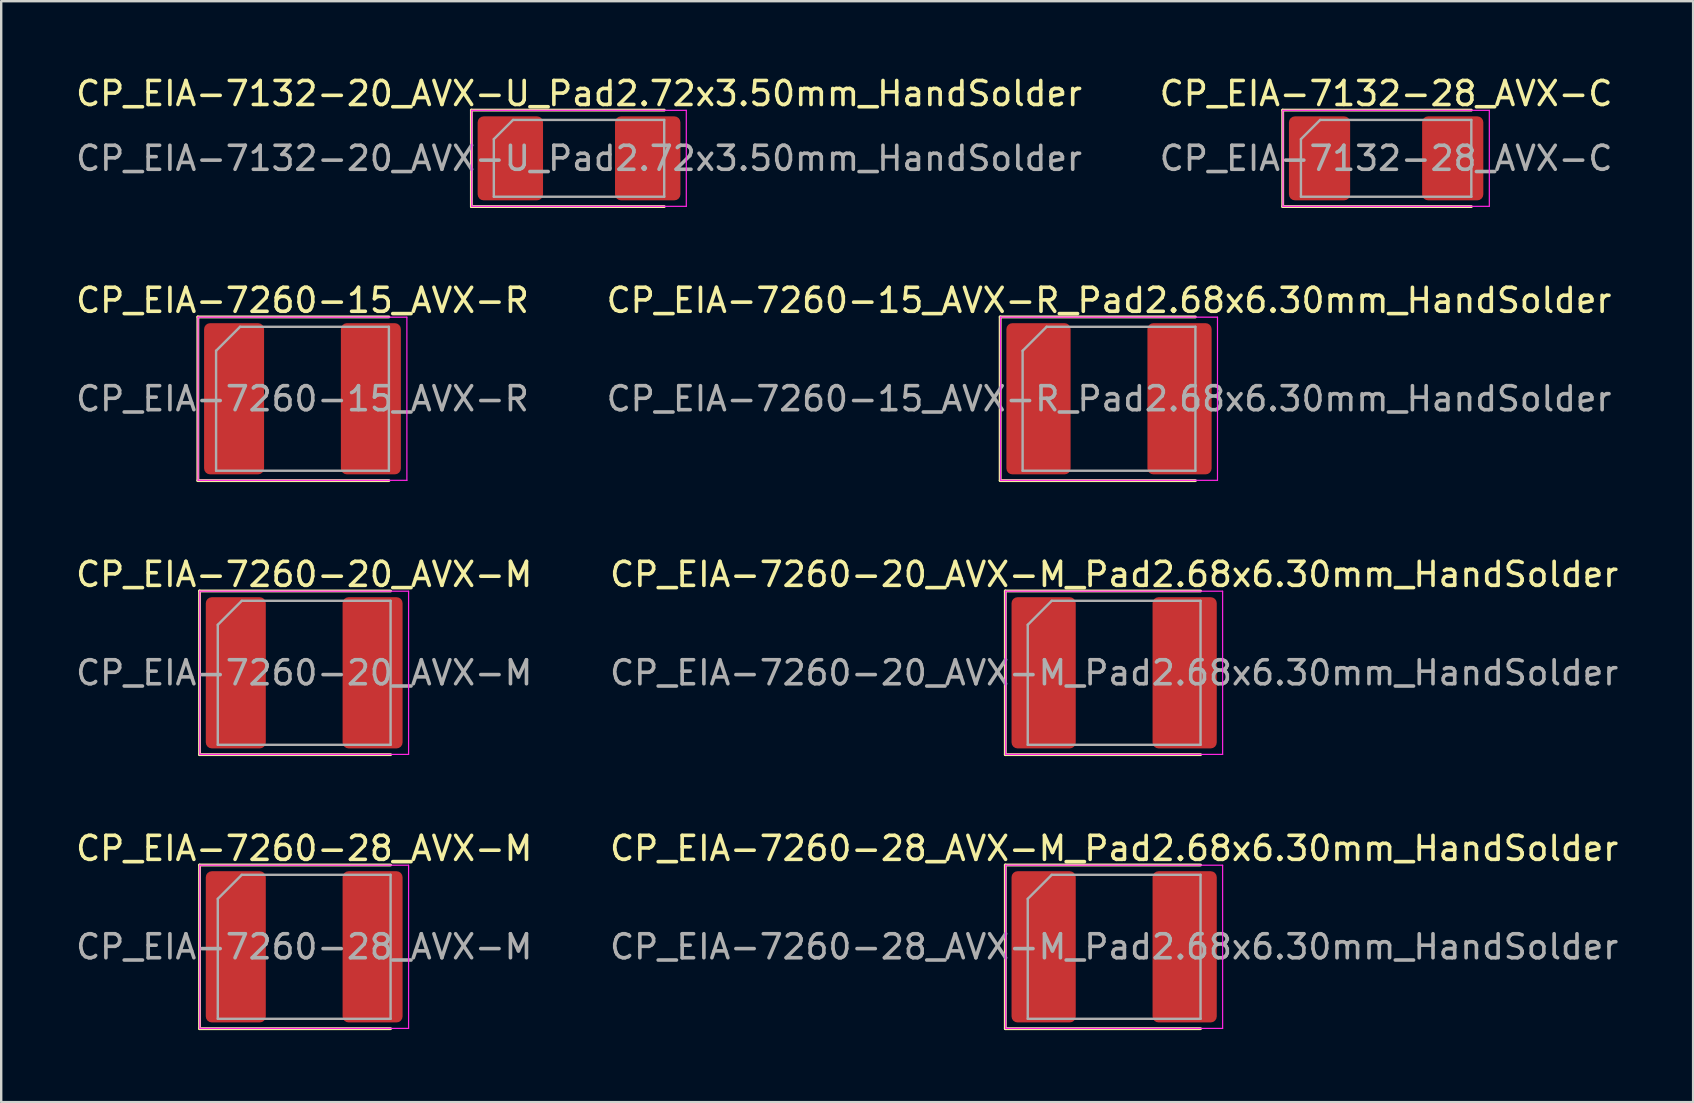
<source format=kicad_pcb>
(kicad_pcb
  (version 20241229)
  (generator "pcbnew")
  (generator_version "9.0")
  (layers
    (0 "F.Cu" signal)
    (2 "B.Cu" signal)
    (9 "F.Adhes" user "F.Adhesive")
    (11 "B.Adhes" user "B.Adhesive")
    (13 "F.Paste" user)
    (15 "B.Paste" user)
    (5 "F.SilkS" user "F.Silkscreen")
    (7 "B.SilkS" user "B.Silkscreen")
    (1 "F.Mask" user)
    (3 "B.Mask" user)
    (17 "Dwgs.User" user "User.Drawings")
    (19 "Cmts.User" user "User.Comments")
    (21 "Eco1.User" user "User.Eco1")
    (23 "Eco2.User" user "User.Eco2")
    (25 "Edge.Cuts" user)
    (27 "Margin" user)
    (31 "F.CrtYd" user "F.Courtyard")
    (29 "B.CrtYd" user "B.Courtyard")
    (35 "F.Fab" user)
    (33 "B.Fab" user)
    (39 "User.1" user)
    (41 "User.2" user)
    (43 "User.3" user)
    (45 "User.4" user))
  (footprint "CP_EIA-7132-20_AVX-U_Pad2.72x3.50mm_HandSolder"
    (layer "F.Cu")
    (at 21.077 3.548)
    (property "Reference" "CP_EIA-7132-20_AVX-U_Pad2.72x3.50mm_HandSolder" (at 0 -2.7 0) (layer "F.SilkS") (effects (font (size 1 1) (thickness 0.15))))
    (attr smd)
    (fp_line (start -4.485 -2.01) (end -4.485 2.01) (stroke (width 0.12) (type solid)) (layer "F.SilkS"))
    (fp_line (start -4.485 2.01) (end 3.55 2.01) (stroke (width 0.12) (type solid)) (layer "F.SilkS"))
    (fp_line (start 3.55 -2.01) (end -4.485 -2.01) (stroke (width 0.12) (type solid)) (layer "F.SilkS"))
    (fp_line (start -4.47 -2) (end 4.47 -2) (stroke (width 0.05) (type solid)) (layer "F.CrtYd"))
    (fp_line (start -4.47 2) (end -4.47 -2) (stroke (width 0.05) (type solid)) (layer "F.CrtYd"))
    (fp_line (start 4.47 -2) (end 4.47 2) (stroke (width 0.05) (type solid)) (layer "F.CrtYd"))
    (fp_line (start 4.47 2) (end -4.47 2) (stroke (width 0.05) (type solid)) (layer "F.CrtYd"))
    (fp_line (start -3.55 -0.8) (end -3.55 1.6) (stroke (width 0.1) (type solid)) (layer "F.Fab"))
    (fp_line (start -3.55 1.6) (end 3.55 1.6) (stroke (width 0.1) (type solid)) (layer "F.Fab"))
    (fp_line (start -2.75 -1.6) (end -3.55 -0.8) (stroke (width 0.1) (type solid)) (layer "F.Fab"))
    (fp_line (start 3.55 -1.6) (end -2.75 -1.6) (stroke (width 0.1) (type solid)) (layer "F.Fab"))
    (fp_line (start 3.55 1.6) (end 3.55 -1.6) (stroke (width 0.1) (type solid)) (layer "F.Fab"))
    (fp_text user "${REFERENCE}" (at 0 0 0) (layer "F.Fab") (effects (font (size 1 1) (thickness 0.15))))
    (pad "1" smd roundrect (at -2.862 0) (size 2.725 3.5) (layers "F.Cu" "F.Mask" "F.Paste") (roundrect_rratio 0.092))
    (pad "2" smd roundrect (at 2.862 0) (size 2.725 3.5) (layers "F.Cu" "F.Mask" "F.Paste") (roundrect_rratio 0.092)))
  (footprint "CP_EIA-7260-15_AVX-R"
    (layer "F.Cu")
    (at 9.554 13.566)
    (property "Reference" "CP_EIA-7260-15_AVX-R" (at 0 -4.1 0) (layer "F.SilkS") (effects (font (size 1 1) (thickness 0.15))))
    (attr smd)
    (fp_line (start -4.36 -3.41) (end -4.36 3.41) (stroke (width 0.12) (type solid)) (layer "F.SilkS"))
    (fp_line (start -4.36 3.41) (end 3.6 3.41) (stroke (width 0.12) (type solid)) (layer "F.SilkS"))
    (fp_line (start 3.6 -3.41) (end -4.36 -3.41) (stroke (width 0.12) (type solid)) (layer "F.SilkS"))
    (fp_line (start -4.35 -3.4) (end 4.35 -3.4) (stroke (width 0.05) (type solid)) (layer "F.CrtYd"))
    (fp_line (start -4.35 3.4) (end -4.35 -3.4) (stroke (width 0.05) (type solid)) (layer "F.CrtYd"))
    (fp_line (start 4.35 -3.4) (end 4.35 3.4) (stroke (width 0.05) (type solid)) (layer "F.CrtYd"))
    (fp_line (start 4.35 3.4) (end -4.35 3.4) (stroke (width 0.05) (type solid)) (layer "F.CrtYd"))
    (fp_line (start -3.6 -2) (end -3.6 3) (stroke (width 0.1) (type solid)) (layer "F.Fab"))
    (fp_line (start -3.6 3) (end 3.6 3) (stroke (width 0.1) (type solid)) (layer "F.Fab"))
    (fp_line (start -2.6 -3) (end -3.6 -2) (stroke (width 0.1) (type solid)) (layer "F.Fab"))
    (fp_line (start 3.6 -3) (end -2.6 -3) (stroke (width 0.1) (type solid)) (layer "F.Fab"))
    (fp_line (start 3.6 3) (end 3.6 -3) (stroke (width 0.1) (type solid)) (layer "F.Fab"))
    (fp_text user "${REFERENCE}" (at 0 0 0) (layer "F.Fab") (effects (font (size 1 1) (thickness 0.15))))
    (pad "1" smd roundrect (at -2.85 0) (size 2.5 6.3) (layers "F.Cu" "F.Mask" "F.Paste") (roundrect_rratio 0.1))
    (pad "2" smd roundrect (at 2.85 0) (size 2.5 6.3) (layers "F.Cu" "F.Mask" "F.Paste") (roundrect_rratio 0.1)))
  (footprint "CP_EIA-7132-28_AVX-C"
    (layer "F.Cu")
    (at 54.708 3.548)
    (property "Reference" "CP_EIA-7132-28_AVX-C" (at 0 -2.7 0) (layer "F.SilkS") (effects (font (size 1 1) (thickness 0.15))))
    (attr smd)
    (fp_line (start -4.31 -2.01) (end -4.31 2.01) (stroke (width 0.12) (type solid)) (layer "F.SilkS"))
    (fp_line (start -4.31 2.01) (end 3.55 2.01) (stroke (width 0.12) (type solid)) (layer "F.SilkS"))
    (fp_line (start 3.55 -2.01) (end -4.31 -2.01) (stroke (width 0.12) (type solid)) (layer "F.SilkS"))
    (fp_line (start -4.3 -2) (end 4.3 -2) (stroke (width 0.05) (type solid)) (layer "F.CrtYd"))
    (fp_line (start -4.3 2) (end -4.3 -2) (stroke (width 0.05) (type solid)) (layer "F.CrtYd"))
    (fp_line (start 4.3 -2) (end 4.3 2) (stroke (width 0.05) (type solid)) (layer "F.CrtYd"))
    (fp_line (start 4.3 2) (end -4.3 2) (stroke (width 0.05) (type solid)) (layer "F.CrtYd"))
    (fp_line (start -3.55 -0.8) (end -3.55 1.6) (stroke (width 0.1) (type solid)) (layer "F.Fab"))
    (fp_line (start -3.55 1.6) (end 3.55 1.6) (stroke (width 0.1) (type solid)) (layer "F.Fab"))
    (fp_line (start -2.75 -1.6) (end -3.55 -0.8) (stroke (width 0.1) (type solid)) (layer "F.Fab"))
    (fp_line (start 3.55 -1.6) (end -2.75 -1.6) (stroke (width 0.1) (type solid)) (layer "F.Fab"))
    (fp_line (start 3.55 1.6) (end 3.55 -1.6) (stroke (width 0.1) (type solid)) (layer "F.Fab"))
    (fp_text user "${REFERENCE}" (at 0 0 0) (layer "F.Fab") (effects (font (size 1 1) (thickness 0.15))))
    (pad "1" smd roundrect (at -2.775 0) (size 2.55 3.5) (layers "F.Cu" "F.Mask" "F.Paste") (roundrect_rratio 0.098))
    (pad "2" smd roundrect (at 2.775 0) (size 2.55 3.5) (layers "F.Cu" "F.Mask" "F.Paste") (roundrect_rratio 0.098)))
  (footprint "CP_EIA-7260-20_AVX-M"
    (layer "F.Cu")
    (at 9.625 24.985)
    (property "Reference" "CP_EIA-7260-20_AVX-M" (at 0 -4.1 0) (layer "F.SilkS") (effects (font (size 1 1) (thickness 0.15))))
    (attr smd)
    (fp_line (start -4.36 -3.41) (end -4.36 3.41) (stroke (width 0.12) (type solid)) (layer "F.SilkS"))
    (fp_line (start -4.36 3.41) (end 3.6 3.41) (stroke (width 0.12) (type solid)) (layer "F.SilkS"))
    (fp_line (start 3.6 -3.41) (end -4.36 -3.41) (stroke (width 0.12) (type solid)) (layer "F.SilkS"))
    (fp_line (start -4.35 -3.4) (end 4.35 -3.4) (stroke (width 0.05) (type solid)) (layer "F.CrtYd"))
    (fp_line (start -4.35 3.4) (end -4.35 -3.4) (stroke (width 0.05) (type solid)) (layer "F.CrtYd"))
    (fp_line (start 4.35 -3.4) (end 4.35 3.4) (stroke (width 0.05) (type solid)) (layer "F.CrtYd"))
    (fp_line (start 4.35 3.4) (end -4.35 3.4) (stroke (width 0.05) (type solid)) (layer "F.CrtYd"))
    (fp_line (start -3.6 -2) (end -3.6 3) (stroke (width 0.1) (type solid)) (layer "F.Fab"))
    (fp_line (start -3.6 3) (end 3.6 3) (stroke (width 0.1) (type solid)) (layer "F.Fab"))
    (fp_line (start -2.6 -3) (end -3.6 -2) (stroke (width 0.1) (type solid)) (layer "F.Fab"))
    (fp_line (start 3.6 -3) (end -2.6 -3) (stroke (width 0.1) (type solid)) (layer "F.Fab"))
    (fp_line (start 3.6 3) (end 3.6 -3) (stroke (width 0.1) (type solid)) (layer "F.Fab"))
    (fp_text user "${REFERENCE}" (at 0 0 0) (layer "F.Fab") (effects (font (size 1 1) (thickness 0.15))))
    (pad "1" smd roundrect (at -2.85 0) (size 2.5 6.3) (layers "F.Cu" "F.Mask" "F.Paste") (roundrect_rratio 0.1))
    (pad "2" smd roundrect (at 2.85 0) (size 2.5 6.3) (layers "F.Cu" "F.Mask" "F.Paste") (roundrect_rratio 0.1)))
  (footprint "CP_EIA-7260-15_AVX-R_Pad2.68x6.30mm_HandSolder"
    (layer "F.Cu")
    (at 43.161 13.566)
    (property "Reference" "CP_EIA-7260-15_AVX-R_Pad2.68x6.30mm_HandSolder" (at 0 -4.1 0) (layer "F.SilkS") (effects (font (size 1 1) (thickness 0.15))))
    (attr smd)
    (fp_line (start -4.535 -3.41) (end -4.535 3.41) (stroke (width 0.12) (type solid)) (layer "F.SilkS"))
    (fp_line (start -4.535 3.41) (end 3.6 3.41) (stroke (width 0.12) (type solid)) (layer "F.SilkS"))
    (fp_line (start 3.6 -3.41) (end -4.535 -3.41) (stroke (width 0.12) (type solid)) (layer "F.SilkS"))
    (fp_line (start -4.52 -3.4) (end 4.52 -3.4) (stroke (width 0.05) (type solid)) (layer "F.CrtYd"))
    (fp_line (start -4.52 3.4) (end -4.52 -3.4) (stroke (width 0.05) (type solid)) (layer "F.CrtYd"))
    (fp_line (start 4.52 -3.4) (end 4.52 3.4) (stroke (width 0.05) (type solid)) (layer "F.CrtYd"))
    (fp_line (start 4.52 3.4) (end -4.52 3.4) (stroke (width 0.05) (type solid)) (layer "F.CrtYd"))
    (fp_line (start -3.6 -2) (end -3.6 3) (stroke (width 0.1) (type solid)) (layer "F.Fab"))
    (fp_line (start -3.6 3) (end 3.6 3) (stroke (width 0.1) (type solid)) (layer "F.Fab"))
    (fp_line (start -2.6 -3) (end -3.6 -2) (stroke (width 0.1) (type solid)) (layer "F.Fab"))
    (fp_line (start 3.6 -3) (end -2.6 -3) (stroke (width 0.1) (type solid)) (layer "F.Fab"))
    (fp_line (start 3.6 3) (end 3.6 -3) (stroke (width 0.1) (type solid)) (layer "F.Fab"))
    (fp_text user "${REFERENCE}" (at 0 0 0) (layer "F.Fab") (effects (font (size 1 1) (thickness 0.15))))
    (pad "1" smd roundrect (at -2.938 0) (size 2.675 6.3) (layers "F.Cu" "F.Mask" "F.Paste") (roundrect_rratio 0.093))
    (pad "2" smd roundrect (at 2.938 0) (size 2.675 6.3) (layers "F.Cu" "F.Mask" "F.Paste") (roundrect_rratio 0.093)))
  (footprint "CP_EIA-7260-20_AVX-M_Pad2.68x6.30mm_HandSolder"
    (layer "F.Cu")
    (at 43.375 24.985)
    (property "Reference" "CP_EIA-7260-20_AVX-M_Pad2.68x6.30mm_HandSolder" (at 0 -4.1 0) (layer "F.SilkS") (effects (font (size 1 1) (thickness 0.15))))
    (attr smd)
    (fp_line (start -4.535 -3.41) (end -4.535 3.41) (stroke (width 0.12) (type solid)) (layer "F.SilkS"))
    (fp_line (start -4.535 3.41) (end 3.6 3.41) (stroke (width 0.12) (type solid)) (layer "F.SilkS"))
    (fp_line (start 3.6 -3.41) (end -4.535 -3.41) (stroke (width 0.12) (type solid)) (layer "F.SilkS"))
    (fp_line (start -4.52 -3.4) (end 4.52 -3.4) (stroke (width 0.05) (type solid)) (layer "F.CrtYd"))
    (fp_line (start -4.52 3.4) (end -4.52 -3.4) (stroke (width 0.05) (type solid)) (layer "F.CrtYd"))
    (fp_line (start 4.52 -3.4) (end 4.52 3.4) (stroke (width 0.05) (type solid)) (layer "F.CrtYd"))
    (fp_line (start 4.52 3.4) (end -4.52 3.4) (stroke (width 0.05) (type solid)) (layer "F.CrtYd"))
    (fp_line (start -3.6 -2) (end -3.6 3) (stroke (width 0.1) (type solid)) (layer "F.Fab"))
    (fp_line (start -3.6 3) (end 3.6 3) (stroke (width 0.1) (type solid)) (layer "F.Fab"))
    (fp_line (start -2.6 -3) (end -3.6 -2) (stroke (width 0.1) (type solid)) (layer "F.Fab"))
    (fp_line (start 3.6 -3) (end -2.6 -3) (stroke (width 0.1) (type solid)) (layer "F.Fab"))
    (fp_line (start 3.6 3) (end 3.6 -3) (stroke (width 0.1) (type solid)) (layer "F.Fab"))
    (fp_text user "${REFERENCE}" (at 0 0 0) (layer "F.Fab") (effects (font (size 1 1) (thickness 0.15))))
    (pad "1" smd roundrect (at -2.938 0) (size 2.675 6.3) (layers "F.Cu" "F.Mask" "F.Paste") (roundrect_rratio 0.093))
    (pad "2" smd roundrect (at 2.938 0) (size 2.675 6.3) (layers "F.Cu" "F.Mask" "F.Paste") (roundrect_rratio 0.093)))
  (footprint "CP_EIA-7260-28_AVX-M_Pad2.68x6.30mm_HandSolder"
    (layer "F.Cu")
    (at 43.375 36.403)
    (property "Reference" "CP_EIA-7260-28_AVX-M_Pad2.68x6.30mm_HandSolder" (at 0 -4.1 0) (layer "F.SilkS") (effects (font (size 1 1) (thickness 0.15))))
    (attr smd)
    (fp_line (start -4.535 -3.41) (end -4.535 3.41) (stroke (width 0.12) (type solid)) (layer "F.SilkS"))
    (fp_line (start -4.535 3.41) (end 3.6 3.41) (stroke (width 0.12) (type solid)) (layer "F.SilkS"))
    (fp_line (start 3.6 -3.41) (end -4.535 -3.41) (stroke (width 0.12) (type solid)) (layer "F.SilkS"))
    (fp_line (start -4.52 -3.4) (end 4.52 -3.4) (stroke (width 0.05) (type solid)) (layer "F.CrtYd"))
    (fp_line (start -4.52 3.4) (end -4.52 -3.4) (stroke (width 0.05) (type solid)) (layer "F.CrtYd"))
    (fp_line (start 4.52 -3.4) (end 4.52 3.4) (stroke (width 0.05) (type solid)) (layer "F.CrtYd"))
    (fp_line (start 4.52 3.4) (end -4.52 3.4) (stroke (width 0.05) (type solid)) (layer "F.CrtYd"))
    (fp_line (start -3.6 -2) (end -3.6 3) (stroke (width 0.1) (type solid)) (layer "F.Fab"))
    (fp_line (start -3.6 3) (end 3.6 3) (stroke (width 0.1) (type solid)) (layer "F.Fab"))
    (fp_line (start -2.6 -3) (end -3.6 -2) (stroke (width 0.1) (type solid)) (layer "F.Fab"))
    (fp_line (start 3.6 -3) (end -2.6 -3) (stroke (width 0.1) (type solid)) (layer "F.Fab"))
    (fp_line (start 3.6 3) (end 3.6 -3) (stroke (width 0.1) (type solid)) (layer "F.Fab"))
    (fp_text user "${REFERENCE}" (at 0 0 0) (layer "F.Fab") (effects (font (size 1 1) (thickness 0.15))))
    (pad "1" smd roundrect (at -2.938 0) (size 2.675 6.3) (layers "F.Cu" "F.Mask" "F.Paste") (roundrect_rratio 0.093))
    (pad "2" smd roundrect (at 2.938 0) (size 2.675 6.3) (layers "F.Cu" "F.Mask" "F.Paste") (roundrect_rratio 0.093)))
  (footprint "CP_EIA-7260-28_AVX-M"
    (layer "F.Cu")
    (at 9.625 36.403)
    (property "Reference" "CP_EIA-7260-28_AVX-M" (at 0 -4.1 0) (layer "F.SilkS") (effects (font (size 1 1) (thickness 0.15))))
    (attr smd)
    (fp_line (start -4.36 -3.41) (end -4.36 3.41) (stroke (width 0.12) (type solid)) (layer "F.SilkS"))
    (fp_line (start -4.36 3.41) (end 3.6 3.41) (stroke (width 0.12) (type solid)) (layer "F.SilkS"))
    (fp_line (start 3.6 -3.41) (end -4.36 -3.41) (stroke (width 0.12) (type solid)) (layer "F.SilkS"))
    (fp_line (start -4.35 -3.4) (end 4.35 -3.4) (stroke (width 0.05) (type solid)) (layer "F.CrtYd"))
    (fp_line (start -4.35 3.4) (end -4.35 -3.4) (stroke (width 0.05) (type solid)) (layer "F.CrtYd"))
    (fp_line (start 4.35 -3.4) (end 4.35 3.4) (stroke (width 0.05) (type solid)) (layer "F.CrtYd"))
    (fp_line (start 4.35 3.4) (end -4.35 3.4) (stroke (width 0.05) (type solid)) (layer "F.CrtYd"))
    (fp_line (start -3.6 -2) (end -3.6 3) (stroke (width 0.1) (type solid)) (layer "F.Fab"))
    (fp_line (start -3.6 3) (end 3.6 3) (stroke (width 0.1) (type solid)) (layer "F.Fab"))
    (fp_line (start -2.6 -3) (end -3.6 -2) (stroke (width 0.1) (type solid)) (layer "F.Fab"))
    (fp_line (start 3.6 -3) (end -2.6 -3) (stroke (width 0.1) (type solid)) (layer "F.Fab"))
    (fp_line (start 3.6 3) (end 3.6 -3) (stroke (width 0.1) (type solid)) (layer "F.Fab"))
    (fp_text user "${REFERENCE}" (at 0 0 0) (layer "F.Fab") (effects (font (size 1 1) (thickness 0.15))))
    (pad "1" smd roundrect (at -2.85 0) (size 2.5 6.3) (layers "F.Cu" "F.Mask" "F.Paste") (roundrect_rratio 0.1))
    (pad "2" smd roundrect (at 2.85 0) (size 2.5 6.3) (layers "F.Cu" "F.Mask" "F.Paste") (roundrect_rratio 0.1)))
  (gr_rect
    (start -3 -3)
    (end 67.5 42.873)
    (stroke (width 0.1) (type default))
    (fill no)
    (layer "Edge.Cuts")))
</source>
